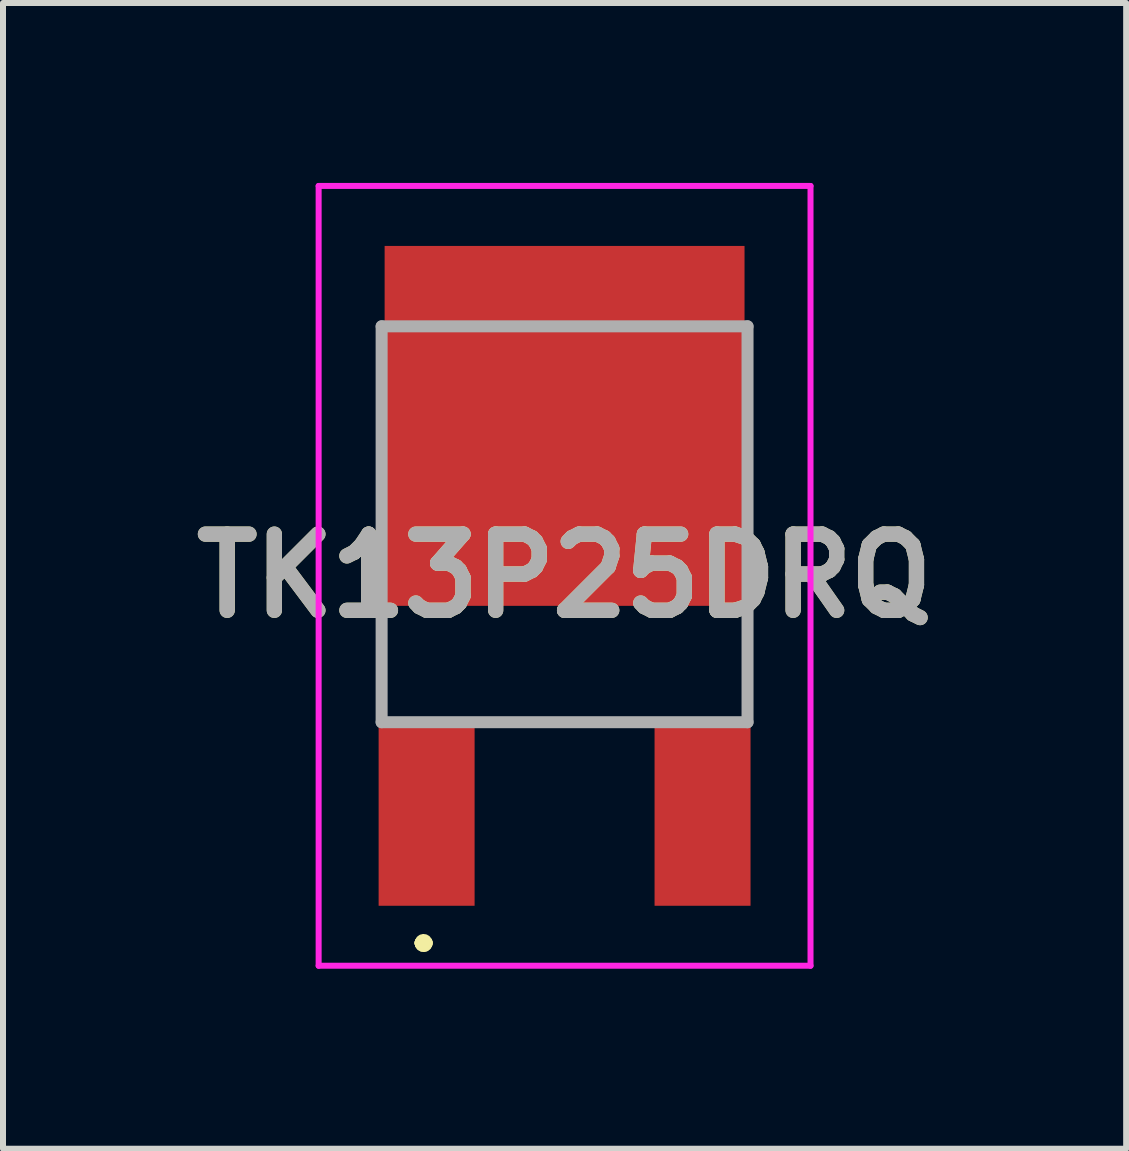
<source format=kicad_pcb>
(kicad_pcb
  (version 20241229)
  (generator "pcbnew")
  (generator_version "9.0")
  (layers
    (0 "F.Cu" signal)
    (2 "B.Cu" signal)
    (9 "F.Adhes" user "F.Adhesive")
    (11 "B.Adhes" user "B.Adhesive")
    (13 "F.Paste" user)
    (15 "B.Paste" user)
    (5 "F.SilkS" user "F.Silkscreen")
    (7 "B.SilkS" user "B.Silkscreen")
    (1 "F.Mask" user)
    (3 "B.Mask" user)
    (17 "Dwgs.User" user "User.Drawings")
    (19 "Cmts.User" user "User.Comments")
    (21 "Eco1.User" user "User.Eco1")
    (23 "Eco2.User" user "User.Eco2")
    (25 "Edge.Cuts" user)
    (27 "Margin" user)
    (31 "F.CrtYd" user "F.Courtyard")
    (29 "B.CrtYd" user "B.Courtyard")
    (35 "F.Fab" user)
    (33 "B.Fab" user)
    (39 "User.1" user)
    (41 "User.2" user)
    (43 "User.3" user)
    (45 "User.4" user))
  (footprint "TK13P25DRQ"
    (layer "F.Cu")
    (at 6.362 6.47)
    (property "Reference" "TK13P25DRQ" (at 0 0.08 0) (layer "F.SilkS") (effects (font (size 1.27 1.27) (thickness 0.254))))
    (attr smd)
    (fp_line (start -3.05 1.2) (end -3.05 1.2) (stroke (width 0.1) (type solid)) (layer "F.SilkS"))
    (fp_line (start -3.05 1.2) (end -3.05 2) (stroke (width 0.1) (type solid)) (layer "F.SilkS"))
    (fp_line (start -3.05 2) (end -3.05 1.2) (stroke (width 0.1) (type solid)) (layer "F.SilkS"))
    (fp_line (start -3.05 2) (end -3.05 2) (stroke (width 0.1) (type solid)) (layer "F.SilkS"))
    (fp_line (start -2.4 6.2) (end -2.4 6.2) (stroke (width 0.2) (type solid)) (layer "F.SilkS"))
    (fp_line (start -2.4 6.2) (end -2.4 6.2) (stroke (width 0.2) (type solid)) (layer "F.SilkS"))
    (fp_line (start -2.3 6.2) (end -2.3 6.2) (stroke (width 0.2) (type solid)) (layer "F.SilkS"))
    (fp_line (start -1 2.52) (end -1 2.52) (stroke (width 0.1) (type solid)) (layer "F.SilkS"))
    (fp_line (start -1 2.52) (end 1 2.52) (stroke (width 0.1) (type solid)) (layer "F.SilkS"))
    (fp_line (start 1 2.52) (end -1 2.52) (stroke (width 0.1) (type solid)) (layer "F.SilkS"))
    (fp_line (start 1 2.52) (end 1 2.52) (stroke (width 0.1) (type solid)) (layer "F.SilkS"))
    (fp_line (start 3.05 1) (end 3.05 1) (stroke (width 0.1) (type solid)) (layer "F.SilkS"))
    (fp_line (start 3.05 1) (end 3.05 2) (stroke (width 0.1) (type solid)) (layer "F.SilkS"))
    (fp_line (start 3.05 2) (end 3.05 1) (stroke (width 0.1) (type solid)) (layer "F.SilkS"))
    (fp_line (start 3.05 2) (end 3.05 2) (stroke (width 0.1) (type solid)) (layer "F.SilkS"))
    (fp_arc (start -2.4 6.2) (mid -2.35 6.15) (end -2.3 6.2) (stroke (width 0.2) (type solid)) (layer "F.SilkS"))
    (fp_arc (start -2.3 6.2) (mid -2.35 6.25) (end -2.4 6.2) (stroke (width 0.2) (type solid)) (layer "F.SilkS"))
    (fp_arc (start -2.3 6.2) (mid -2.35 6.25) (end -2.4 6.2) (stroke (width 0.2) (type solid)) (layer "F.SilkS"))
    (fp_line (start -4.1 -6.42) (end 4.1 -6.42) (stroke (width 0.1) (type solid)) (layer "F.CrtYd"))
    (fp_line (start -4.1 6.58) (end -4.1 -6.42) (stroke (width 0.1) (type solid)) (layer "F.CrtYd"))
    (fp_line (start 4.1 -6.42) (end 4.1 6.58) (stroke (width 0.1) (type solid)) (layer "F.CrtYd"))
    (fp_line (start 4.1 6.58) (end -4.1 6.58) (stroke (width 0.1) (type solid)) (layer "F.CrtYd"))
    (fp_line (start -3.05 -4.08) (end -3.05 2.52) (stroke (width 0.2) (type solid)) (layer "F.Fab"))
    (fp_line (start -3.05 2.52) (end 3.05 2.52) (stroke (width 0.2) (type solid)) (layer "F.Fab"))
    (fp_line (start 3.05 -4.08) (end -3.05 -4.08) (stroke (width 0.2) (type solid)) (layer "F.Fab"))
    (fp_line (start 3.05 2.52) (end 3.05 -4.08) (stroke (width 0.2) (type solid)) (layer "F.Fab"))
    (fp_text user "${REFERENCE}" (at 0 0.08 0) (layer "F.Fab") (effects (font (size 1.27 1.27) (thickness 0.254))))
    (pad "1" smd rect (at -2.3 4.08) (size 1.6 3) (layers "F.Cu" "F.Mask" "F.Paste"))
    (pad "2" smd rect (at 0 -2.42 90) (size 6 6) (layers "F.Cu" "F.Mask" "F.Paste"))
    (pad "3" smd rect (at 2.3 4.08) (size 1.6 3) (layers "F.Cu" "F.Mask" "F.Paste")))
  (gr_rect
    (start -3 -3)
    (end 15.724 16.1)
    (stroke (width 0.1) (type default))
    (fill no)
    (layer "Edge.Cuts")))
</source>
